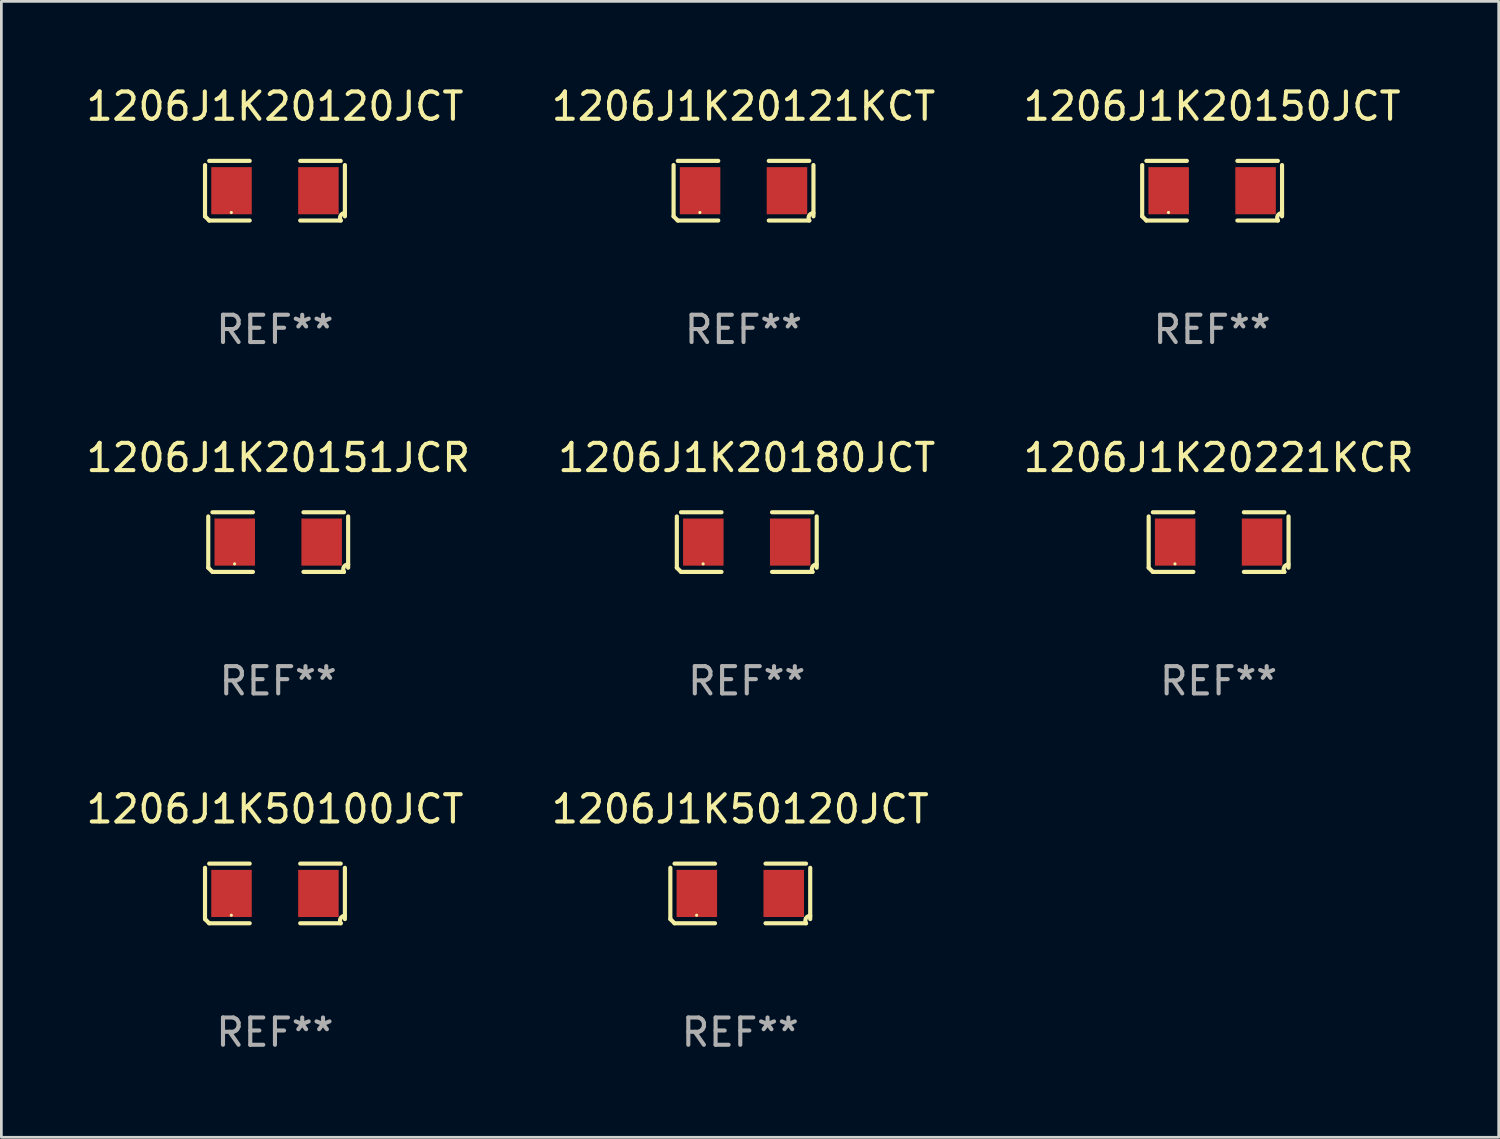
<source format=kicad_pcb>
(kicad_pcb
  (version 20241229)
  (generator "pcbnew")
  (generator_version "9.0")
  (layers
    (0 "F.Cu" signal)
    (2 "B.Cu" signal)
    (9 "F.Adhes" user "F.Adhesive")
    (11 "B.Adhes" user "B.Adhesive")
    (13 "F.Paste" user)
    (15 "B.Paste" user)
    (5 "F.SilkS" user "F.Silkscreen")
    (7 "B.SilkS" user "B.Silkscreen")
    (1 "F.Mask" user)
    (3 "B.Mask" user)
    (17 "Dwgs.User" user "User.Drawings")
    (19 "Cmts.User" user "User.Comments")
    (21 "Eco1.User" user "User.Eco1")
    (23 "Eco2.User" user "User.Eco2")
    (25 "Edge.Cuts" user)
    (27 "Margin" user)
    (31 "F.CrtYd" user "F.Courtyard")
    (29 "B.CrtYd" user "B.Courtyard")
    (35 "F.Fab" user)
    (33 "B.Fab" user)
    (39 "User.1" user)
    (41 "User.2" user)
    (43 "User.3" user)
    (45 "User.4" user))
  (footprint "1206J1K20151JCR"
    (layer "F.Cu")
    (at 7.149 16.823)
    (property "Reference" "1206J1K20151JCR" (at 0 -3.093 0) (layer "F.SilkS") (effects (font (size 1 1) (thickness 0.15))))
    (attr through_hole)
    (fp_line (start -2.564 0.94) (end -2.564 -0.94) (stroke (width 0.152) (type solid)) (layer "F.SilkS"))
    (fp_line (start -2.411 -1.093) (end -0.926 -1.093) (stroke (width 0.152) (type solid)) (layer "F.SilkS"))
    (fp_line (start -0.926 1.093) (end -2.411 1.093) (stroke (width 0.152) (type solid)) (layer "F.SilkS"))
    (fp_line (start 0.926 1.093) (end 2.411 1.093) (stroke (width 0.152) (type solid)) (layer "F.SilkS"))
    (fp_line (start 2.411 -1.093) (end 0.926 -1.093) (stroke (width 0.152) (type solid)) (layer "F.SilkS"))
    (fp_line (start 2.564 0.94) (end 2.564 -0.94) (stroke (width 0.152) (type solid)) (layer "F.SilkS"))
    (fp_arc (start -2.411201 1.092609) (mid -2.487413 1.01642) (end -2.563602 0.940208) (stroke (width 0.1524) (type solid)) (layer "F.SilkS"))
    (fp_arc (start 2.411201 1.092609) (mid 2.407159 0.911226) (end 2.563602 0.819347) (stroke (width 0.1524) (type solid)) (layer "F.SilkS"))
    (fp_circle (center -1.6 0.8) (end -1.57 0.8) (stroke (width 0.06) (type solid)) (fill no) (layer "F.SilkS"))
    (fp_text user "REF**" (at 0 5.093 0) (layer "F.Fab") (effects (font (size 1 1) (thickness 0.15))))
    (pad "1" smd rect (at -1.593 0) (size 1.485 1.728) (layers "F.Cu" "F.Mask" "F.Paste"))
    (pad "2" smd rect (at 1.593 0) (size 1.485 1.728) (layers "F.Cu" "F.Mask" "F.Paste")))
  (footprint "1206J1K20121KCT"
    (layer "F.Cu")
    (at 24.208 3.941)
    (property "Reference" "1206J1K20121KCT" (at 0 -3.093 0) (layer "F.SilkS") (effects (font (size 1 1) (thickness 0.15))))
    (attr through_hole)
    (fp_line (start -2.564 0.94) (end -2.564 -0.94) (stroke (width 0.152) (type solid)) (layer "F.SilkS"))
    (fp_line (start -2.411 -1.093) (end -0.926 -1.093) (stroke (width 0.152) (type solid)) (layer "F.SilkS"))
    (fp_line (start -0.926 1.093) (end -2.411 1.093) (stroke (width 0.152) (type solid)) (layer "F.SilkS"))
    (fp_line (start 0.926 1.093) (end 2.411 1.093) (stroke (width 0.152) (type solid)) (layer "F.SilkS"))
    (fp_line (start 2.411 -1.093) (end 0.926 -1.093) (stroke (width 0.152) (type solid)) (layer "F.SilkS"))
    (fp_line (start 2.564 0.94) (end 2.564 -0.94) (stroke (width 0.152) (type solid)) (layer "F.SilkS"))
    (fp_arc (start -2.411201 1.092609) (mid -2.487413 1.01642) (end -2.563602 0.940208) (stroke (width 0.1524) (type solid)) (layer "F.SilkS"))
    (fp_arc (start 2.411201 1.092609) (mid 2.407159 0.911226) (end 2.563602 0.819347) (stroke (width 0.1524) (type solid)) (layer "F.SilkS"))
    (fp_circle (center -1.6 0.8) (end -1.57 0.8) (stroke (width 0.06) (type solid)) (fill no) (layer "F.SilkS"))
    (fp_text user "REF**" (at 0 5.093 0) (layer "F.Fab") (effects (font (size 1 1) (thickness 0.15))))
    (pad "1" smd rect (at -1.593 0) (size 1.485 1.728) (layers "F.Cu" "F.Mask" "F.Paste"))
    (pad "2" smd rect (at 1.593 0) (size 1.485 1.728) (layers "F.Cu" "F.Mask" "F.Paste")))
  (footprint "1206J1K50120JCT"
    (layer "F.Cu")
    (at 24.089 29.704)
    (property "Reference" "1206J1K50120JCT" (at 0 -3.093 0) (layer "F.SilkS") (effects (font (size 1 1) (thickness 0.15))))
    (attr through_hole)
    (fp_line (start -2.564 0.94) (end -2.564 -0.94) (stroke (width 0.152) (type solid)) (layer "F.SilkS"))
    (fp_line (start -2.411 -1.093) (end -0.926 -1.093) (stroke (width 0.152) (type solid)) (layer "F.SilkS"))
    (fp_line (start -0.926 1.093) (end -2.411 1.093) (stroke (width 0.152) (type solid)) (layer "F.SilkS"))
    (fp_line (start 0.926 1.093) (end 2.411 1.093) (stroke (width 0.152) (type solid)) (layer "F.SilkS"))
    (fp_line (start 2.411 -1.093) (end 0.926 -1.093) (stroke (width 0.152) (type solid)) (layer "F.SilkS"))
    (fp_line (start 2.564 0.94) (end 2.564 -0.94) (stroke (width 0.152) (type solid)) (layer "F.SilkS"))
    (fp_arc (start -2.411201 1.092609) (mid -2.487413 1.01642) (end -2.563602 0.940208) (stroke (width 0.1524) (type solid)) (layer "F.SilkS"))
    (fp_arc (start 2.411201 1.092609) (mid 2.407159 0.911226) (end 2.563602 0.819347) (stroke (width 0.1524) (type solid)) (layer "F.SilkS"))
    (fp_circle (center -1.6 0.8) (end -1.57 0.8) (stroke (width 0.06) (type solid)) (fill no) (layer "F.SilkS"))
    (fp_text user "REF**" (at 0 5.093 0) (layer "F.Fab") (effects (font (size 1 1) (thickness 0.15))))
    (pad "1" smd rect (at -1.593 0) (size 1.485 1.728) (layers "F.Cu" "F.Mask" "F.Paste"))
    (pad "2" smd rect (at 1.593 0) (size 1.485 1.728) (layers "F.Cu" "F.Mask" "F.Paste")))
  (footprint "1206J1K20150JCT"
    (layer "F.Cu")
    (at 41.387 3.941)
    (property "Reference" "1206J1K20150JCT" (at 0 -3.093 0) (layer "F.SilkS") (effects (font (size 1 1) (thickness 0.15))))
    (attr through_hole)
    (fp_line (start -2.564 0.94) (end -2.564 -0.94) (stroke (width 0.152) (type solid)) (layer "F.SilkS"))
    (fp_line (start -2.411 -1.093) (end -0.926 -1.093) (stroke (width 0.152) (type solid)) (layer "F.SilkS"))
    (fp_line (start -0.926 1.093) (end -2.411 1.093) (stroke (width 0.152) (type solid)) (layer "F.SilkS"))
    (fp_line (start 0.926 1.093) (end 2.411 1.093) (stroke (width 0.152) (type solid)) (layer "F.SilkS"))
    (fp_line (start 2.411 -1.093) (end 0.926 -1.093) (stroke (width 0.152) (type solid)) (layer "F.SilkS"))
    (fp_line (start 2.564 0.94) (end 2.564 -0.94) (stroke (width 0.152) (type solid)) (layer "F.SilkS"))
    (fp_arc (start -2.411201 1.092609) (mid -2.487413 1.01642) (end -2.563602 0.940208) (stroke (width 0.1524) (type solid)) (layer "F.SilkS"))
    (fp_arc (start 2.411201 1.092609) (mid 2.407159 0.911226) (end 2.563602 0.819347) (stroke (width 0.1524) (type solid)) (layer "F.SilkS"))
    (fp_circle (center -1.6 0.8) (end -1.57 0.8) (stroke (width 0.06) (type solid)) (fill no) (layer "F.SilkS"))
    (fp_text user "REF**" (at 0 5.093 0) (layer "F.Fab") (effects (font (size 1 1) (thickness 0.15))))
    (pad "1" smd rect (at -1.593 0) (size 1.485 1.728) (layers "F.Cu" "F.Mask" "F.Paste"))
    (pad "2" smd rect (at 1.593 0) (size 1.485 1.728) (layers "F.Cu" "F.Mask" "F.Paste")))
  (footprint "1206J1K20180JCT"
    (layer "F.Cu")
    (at 24.327 16.823)
    (property "Reference" "1206J1K20180JCT" (at 0 -3.093 0) (layer "F.SilkS") (effects (font (size 1 1) (thickness 0.15))))
    (attr through_hole)
    (fp_line (start -2.564 0.94) (end -2.564 -0.94) (stroke (width 0.152) (type solid)) (layer "F.SilkS"))
    (fp_line (start -2.411 -1.093) (end -0.926 -1.093) (stroke (width 0.152) (type solid)) (layer "F.SilkS"))
    (fp_line (start -0.926 1.093) (end -2.411 1.093) (stroke (width 0.152) (type solid)) (layer "F.SilkS"))
    (fp_line (start 0.926 1.093) (end 2.411 1.093) (stroke (width 0.152) (type solid)) (layer "F.SilkS"))
    (fp_line (start 2.411 -1.093) (end 0.926 -1.093) (stroke (width 0.152) (type solid)) (layer "F.SilkS"))
    (fp_line (start 2.564 0.94) (end 2.564 -0.94) (stroke (width 0.152) (type solid)) (layer "F.SilkS"))
    (fp_arc (start -2.411201 1.092609) (mid -2.487413 1.01642) (end -2.563602 0.940208) (stroke (width 0.1524) (type solid)) (layer "F.SilkS"))
    (fp_arc (start 2.411201 1.092609) (mid 2.407159 0.911226) (end 2.563602 0.819347) (stroke (width 0.1524) (type solid)) (layer "F.SilkS"))
    (fp_circle (center -1.6 0.8) (end -1.57 0.8) (stroke (width 0.06) (type solid)) (fill no) (layer "F.SilkS"))
    (fp_text user "REF**" (at 0 5.093 0) (layer "F.Fab") (effects (font (size 1 1) (thickness 0.15))))
    (pad "1" smd rect (at -1.593 0) (size 1.485 1.728) (layers "F.Cu" "F.Mask" "F.Paste"))
    (pad "2" smd rect (at 1.593 0) (size 1.485 1.728) (layers "F.Cu" "F.Mask" "F.Paste")))
  (footprint "1206J1K20120JCT"
    (layer "F.Cu")
    (at 7.03 3.941)
    (property "Reference" "1206J1K20120JCT" (at 0 -3.093 0) (layer "F.SilkS") (effects (font (size 1 1) (thickness 0.15))))
    (attr through_hole)
    (fp_line (start -2.564 0.94) (end -2.564 -0.94) (stroke (width 0.152) (type solid)) (layer "F.SilkS"))
    (fp_line (start -2.411 -1.093) (end -0.926 -1.093) (stroke (width 0.152) (type solid)) (layer "F.SilkS"))
    (fp_line (start -0.926 1.093) (end -2.411 1.093) (stroke (width 0.152) (type solid)) (layer "F.SilkS"))
    (fp_line (start 0.926 1.093) (end 2.411 1.093) (stroke (width 0.152) (type solid)) (layer "F.SilkS"))
    (fp_line (start 2.411 -1.093) (end 0.926 -1.093) (stroke (width 0.152) (type solid)) (layer "F.SilkS"))
    (fp_line (start 2.564 0.94) (end 2.564 -0.94) (stroke (width 0.152) (type solid)) (layer "F.SilkS"))
    (fp_arc (start -2.411201 1.092609) (mid -2.487413 1.01642) (end -2.563602 0.940208) (stroke (width 0.1524) (type solid)) (layer "F.SilkS"))
    (fp_arc (start 2.411201 1.092609) (mid 2.407159 0.911226) (end 2.563602 0.819347) (stroke (width 0.1524) (type solid)) (layer "F.SilkS"))
    (fp_circle (center -1.6 0.8) (end -1.57 0.8) (stroke (width 0.06) (type solid)) (fill no) (layer "F.SilkS"))
    (fp_text user "REF**" (at 0 5.093 0) (layer "F.Fab") (effects (font (size 1 1) (thickness 0.15))))
    (pad "1" smd rect (at -1.593 0) (size 1.485 1.728) (layers "F.Cu" "F.Mask" "F.Paste"))
    (pad "2" smd rect (at 1.593 0) (size 1.485 1.728) (layers "F.Cu" "F.Mask" "F.Paste")))
  (footprint "1206J1K50100JCT"
    (layer "F.Cu")
    (at 7.03 29.704)
    (property "Reference" "1206J1K50100JCT" (at 0 -3.093 0) (layer "F.SilkS") (effects (font (size 1 1) (thickness 0.15))))
    (attr through_hole)
    (fp_line (start -2.564 0.94) (end -2.564 -0.94) (stroke (width 0.152) (type solid)) (layer "F.SilkS"))
    (fp_line (start -2.411 -1.093) (end -0.926 -1.093) (stroke (width 0.152) (type solid)) (layer "F.SilkS"))
    (fp_line (start -0.926 1.093) (end -2.411 1.093) (stroke (width 0.152) (type solid)) (layer "F.SilkS"))
    (fp_line (start 0.926 1.093) (end 2.411 1.093) (stroke (width 0.152) (type solid)) (layer "F.SilkS"))
    (fp_line (start 2.411 -1.093) (end 0.926 -1.093) (stroke (width 0.152) (type solid)) (layer "F.SilkS"))
    (fp_line (start 2.564 0.94) (end 2.564 -0.94) (stroke (width 0.152) (type solid)) (layer "F.SilkS"))
    (fp_arc (start -2.411201 1.092609) (mid -2.487413 1.01642) (end -2.563602 0.940208) (stroke (width 0.1524) (type solid)) (layer "F.SilkS"))
    (fp_arc (start 2.411201 1.092609) (mid 2.407159 0.911226) (end 2.563602 0.819347) (stroke (width 0.1524) (type solid)) (layer "F.SilkS"))
    (fp_circle (center -1.6 0.8) (end -1.57 0.8) (stroke (width 0.06) (type solid)) (fill no) (layer "F.SilkS"))
    (fp_text user "REF**" (at 0 5.093 0) (layer "F.Fab") (effects (font (size 1 1) (thickness 0.15))))
    (pad "1" smd rect (at -1.593 0) (size 1.485 1.728) (layers "F.Cu" "F.Mask" "F.Paste"))
    (pad "2" smd rect (at 1.593 0) (size 1.485 1.728) (layers "F.Cu" "F.Mask" "F.Paste")))
  (footprint "1206J1K20221KCR"
    (layer "F.Cu")
    (at 41.625 16.823)
    (property "Reference" "1206J1K20221KCR" (at 0 -3.093 0) (layer "F.SilkS") (effects (font (size 1 1) (thickness 0.15))))
    (attr through_hole)
    (fp_line (start -2.564 0.94) (end -2.564 -0.94) (stroke (width 0.152) (type solid)) (layer "F.SilkS"))
    (fp_line (start -2.411 -1.093) (end -0.926 -1.093) (stroke (width 0.152) (type solid)) (layer "F.SilkS"))
    (fp_line (start -0.926 1.093) (end -2.411 1.093) (stroke (width 0.152) (type solid)) (layer "F.SilkS"))
    (fp_line (start 0.926 1.093) (end 2.411 1.093) (stroke (width 0.152) (type solid)) (layer "F.SilkS"))
    (fp_line (start 2.411 -1.093) (end 0.926 -1.093) (stroke (width 0.152) (type solid)) (layer "F.SilkS"))
    (fp_line (start 2.564 0.94) (end 2.564 -0.94) (stroke (width 0.152) (type solid)) (layer "F.SilkS"))
    (fp_arc (start -2.411201 1.092609) (mid -2.487413 1.01642) (end -2.563602 0.940208) (stroke (width 0.1524) (type solid)) (layer "F.SilkS"))
    (fp_arc (start 2.411201 1.092609) (mid 2.407159 0.911226) (end 2.563602 0.819347) (stroke (width 0.1524) (type solid)) (layer "F.SilkS"))
    (fp_circle (center -1.6 0.8) (end -1.57 0.8) (stroke (width 0.06) (type solid)) (fill no) (layer "F.SilkS"))
    (fp_text user "REF**" (at 0 5.093 0) (layer "F.Fab") (effects (font (size 1 1) (thickness 0.15))))
    (pad "1" smd rect (at -1.593 0) (size 1.485 1.728) (layers "F.Cu" "F.Mask" "F.Paste"))
    (pad "2" smd rect (at 1.593 0) (size 1.485 1.728) (layers "F.Cu" "F.Mask" "F.Paste")))
  (gr_rect
    (start -3 -3)
    (end 51.893 38.645)
    (stroke (width 0.1) (type default))
    (fill no)
    (layer "Edge.Cuts")))
</source>
